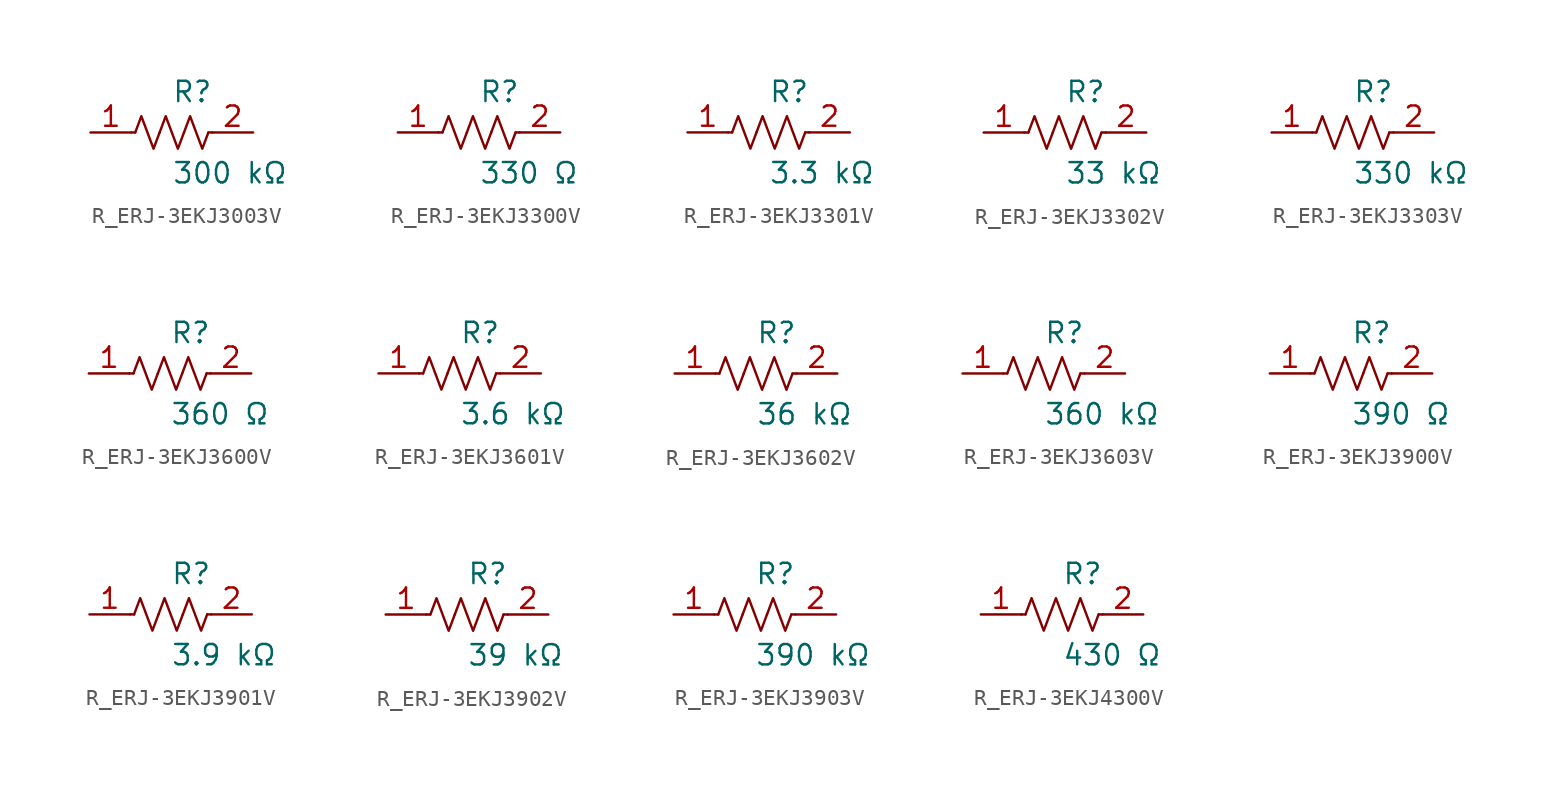
<source format=kicad_sym>
(kicad_symbol_lib
  (version 20231120)
  (generator "kicad_symbol_editor")
  (generator_version "8.0")
  (symbol "R_ERJ-3EKJ3003V"
    (pin_names
      (offset 0.254))
    (property "Reference" "R"
      (at 0 2.54 0)
      (effects (font (size 1.27 1.27)) (justify left)))
    (property "Value" "300 kΩ"
      (at 0 -2.54 0)
      (effects (font (size 1.27 1.27)) (justify left)))
    (symbol "R_ERJ-3EKJ3003V_0_1"
      (polyline (pts (xy 2.286 0) (xy 2.54 0)) (stroke (width 0) (type default)) (fill (type none)))
      (polyline (pts (xy -2.286 0) (xy -2.54 0)) (stroke (width 0) (type default)) (fill (type none)))
      (polyline (pts (xy 0.762 0) (xy 1.143 1.016) (xy 1.524 0) (xy 1.905 -1.016) (xy 2.286 0)) (stroke (width 0) (type default)) (fill (type none)))
      (polyline (pts (xy -0.762 0) (xy -0.381 1.016) (xy 0 0) (xy 0.381 -1.016) (xy 0.762 0)) (stroke (width 0) (type default)) (fill (type none)))
      (polyline (pts (xy -2.286 0) (xy -1.905 1.016) (xy -1.524 0) (xy -1.143 -1.016) (xy -0.762 0)) (stroke (width 0) (type default)) (fill (type none))))
    (pin unspecified line
      (at -5.08 0 0)
      (length 2.54)
      (name "" (effects (font (size 1.27 1.27))))
      (number "1" (effects (font (size 1.27 1.27)))))
    (pin unspecified line
      (at 5.08 0 180)
      (length 2.54)
      (name "" (effects (font (size 1.27 1.27))))
      (number "2" (effects (font (size 1.27 1.27))))))
  (symbol "R_ERJ-3EKJ3300V"
    (pin_names
      (offset 0.254))
    (property "Reference" "R"
      (at 0 2.54 0)
      (effects (font (size 1.27 1.27)) (justify left)))
    (property "Value" "330 Ω"
      (at 0 -2.54 0)
      (effects (font (size 1.27 1.27)) (justify left)))
    (symbol "R_ERJ-3EKJ3300V_0_1"
      (polyline (pts (xy 2.286 0) (xy 2.54 0)) (stroke (width 0) (type default)) (fill (type none)))
      (polyline (pts (xy -2.286 0) (xy -2.54 0)) (stroke (width 0) (type default)) (fill (type none)))
      (polyline (pts (xy 0.762 0) (xy 1.143 1.016) (xy 1.524 0) (xy 1.905 -1.016) (xy 2.286 0)) (stroke (width 0) (type default)) (fill (type none)))
      (polyline (pts (xy -0.762 0) (xy -0.381 1.016) (xy 0 0) (xy 0.381 -1.016) (xy 0.762 0)) (stroke (width 0) (type default)) (fill (type none)))
      (polyline (pts (xy -2.286 0) (xy -1.905 1.016) (xy -1.524 0) (xy -1.143 -1.016) (xy -0.762 0)) (stroke (width 0) (type default)) (fill (type none))))
    (pin unspecified line
      (at -5.08 0 0)
      (length 2.54)
      (name "" (effects (font (size 1.27 1.27))))
      (number "1" (effects (font (size 1.27 1.27)))))
    (pin unspecified line
      (at 5.08 0 180)
      (length 2.54)
      (name "" (effects (font (size 1.27 1.27))))
      (number "2" (effects (font (size 1.27 1.27))))))
  (symbol "R_ERJ-3EKJ3301V"
    (pin_names
      (offset 0.254))
    (property "Reference" "R"
      (at 0 2.54 0)
      (effects (font (size 1.27 1.27)) (justify left)))
    (property "Value" "3.3 kΩ"
      (at 0 -2.54 0)
      (effects (font (size 1.27 1.27)) (justify left)))
    (symbol "R_ERJ-3EKJ3301V_0_1"
      (polyline (pts (xy 2.286 0) (xy 2.54 0)) (stroke (width 0) (type default)) (fill (type none)))
      (polyline (pts (xy -2.286 0) (xy -2.54 0)) (stroke (width 0) (type default)) (fill (type none)))
      (polyline (pts (xy 0.762 0) (xy 1.143 1.016) (xy 1.524 0) (xy 1.905 -1.016) (xy 2.286 0)) (stroke (width 0) (type default)) (fill (type none)))
      (polyline (pts (xy -0.762 0) (xy -0.381 1.016) (xy 0 0) (xy 0.381 -1.016) (xy 0.762 0)) (stroke (width 0) (type default)) (fill (type none)))
      (polyline (pts (xy -2.286 0) (xy -1.905 1.016) (xy -1.524 0) (xy -1.143 -1.016) (xy -0.762 0)) (stroke (width 0) (type default)) (fill (type none))))
    (pin unspecified line
      (at -5.08 0 0)
      (length 2.54)
      (name "" (effects (font (size 1.27 1.27))))
      (number "1" (effects (font (size 1.27 1.27)))))
    (pin unspecified line
      (at 5.08 0 180)
      (length 2.54)
      (name "" (effects (font (size 1.27 1.27))))
      (number "2" (effects (font (size 1.27 1.27))))))
  (symbol "R_ERJ-3EKJ3302V"
    (pin_names
      (offset 0.254))
    (property "Reference" "R"
      (at 0 2.54 0)
      (effects (font (size 1.27 1.27)) (justify left)))
    (property "Value" "33 kΩ"
      (at 0 -2.54 0)
      (effects (font (size 1.27 1.27)) (justify left)))
    (symbol "R_ERJ-3EKJ3302V_0_1"
      (polyline (pts (xy 2.286 0) (xy 2.54 0)) (stroke (width 0) (type default)) (fill (type none)))
      (polyline (pts (xy -2.286 0) (xy -2.54 0)) (stroke (width 0) (type default)) (fill (type none)))
      (polyline (pts (xy 0.762 0) (xy 1.143 1.016) (xy 1.524 0) (xy 1.905 -1.016) (xy 2.286 0)) (stroke (width 0) (type default)) (fill (type none)))
      (polyline (pts (xy -0.762 0) (xy -0.381 1.016) (xy 0 0) (xy 0.381 -1.016) (xy 0.762 0)) (stroke (width 0) (type default)) (fill (type none)))
      (polyline (pts (xy -2.286 0) (xy -1.905 1.016) (xy -1.524 0) (xy -1.143 -1.016) (xy -0.762 0)) (stroke (width 0) (type default)) (fill (type none))))
    (pin unspecified line
      (at -5.08 0 0)
      (length 2.54)
      (name "" (effects (font (size 1.27 1.27))))
      (number "1" (effects (font (size 1.27 1.27)))))
    (pin unspecified line
      (at 5.08 0 180)
      (length 2.54)
      (name "" (effects (font (size 1.27 1.27))))
      (number "2" (effects (font (size 1.27 1.27))))))
  (symbol "R_ERJ-3EKJ3303V"
    (pin_names
      (offset 0.254))
    (property "Reference" "R"
      (at 0 2.54 0)
      (effects (font (size 1.27 1.27)) (justify left)))
    (property "Value" "330 kΩ"
      (at 0 -2.54 0)
      (effects (font (size 1.27 1.27)) (justify left)))
    (symbol "R_ERJ-3EKJ3303V_0_1"
      (polyline (pts (xy 2.286 0) (xy 2.54 0)) (stroke (width 0) (type default)) (fill (type none)))
      (polyline (pts (xy -2.286 0) (xy -2.54 0)) (stroke (width 0) (type default)) (fill (type none)))
      (polyline (pts (xy 0.762 0) (xy 1.143 1.016) (xy 1.524 0) (xy 1.905 -1.016) (xy 2.286 0)) (stroke (width 0) (type default)) (fill (type none)))
      (polyline (pts (xy -0.762 0) (xy -0.381 1.016) (xy 0 0) (xy 0.381 -1.016) (xy 0.762 0)) (stroke (width 0) (type default)) (fill (type none)))
      (polyline (pts (xy -2.286 0) (xy -1.905 1.016) (xy -1.524 0) (xy -1.143 -1.016) (xy -0.762 0)) (stroke (width 0) (type default)) (fill (type none))))
    (pin unspecified line
      (at -5.08 0 0)
      (length 2.54)
      (name "" (effects (font (size 1.27 1.27))))
      (number "1" (effects (font (size 1.27 1.27)))))
    (pin unspecified line
      (at 5.08 0 180)
      (length 2.54)
      (name "" (effects (font (size 1.27 1.27))))
      (number "2" (effects (font (size 1.27 1.27))))))
  (symbol "R_ERJ-3EKJ3600V"
    (pin_names
      (offset 0.254))
    (property "Reference" "R"
      (at 0 2.54 0)
      (effects (font (size 1.27 1.27)) (justify left)))
    (property "Value" "360 Ω"
      (at 0 -2.54 0)
      (effects (font (size 1.27 1.27)) (justify left)))
    (symbol "R_ERJ-3EKJ3600V_0_1"
      (polyline (pts (xy 2.286 0) (xy 2.54 0)) (stroke (width 0) (type default)) (fill (type none)))
      (polyline (pts (xy -2.286 0) (xy -2.54 0)) (stroke (width 0) (type default)) (fill (type none)))
      (polyline (pts (xy 0.762 0) (xy 1.143 1.016) (xy 1.524 0) (xy 1.905 -1.016) (xy 2.286 0)) (stroke (width 0) (type default)) (fill (type none)))
      (polyline (pts (xy -0.762 0) (xy -0.381 1.016) (xy 0 0) (xy 0.381 -1.016) (xy 0.762 0)) (stroke (width 0) (type default)) (fill (type none)))
      (polyline (pts (xy -2.286 0) (xy -1.905 1.016) (xy -1.524 0) (xy -1.143 -1.016) (xy -0.762 0)) (stroke (width 0) (type default)) (fill (type none))))
    (pin unspecified line
      (at -5.08 0 0)
      (length 2.54)
      (name "" (effects (font (size 1.27 1.27))))
      (number "1" (effects (font (size 1.27 1.27)))))
    (pin unspecified line
      (at 5.08 0 180)
      (length 2.54)
      (name "" (effects (font (size 1.27 1.27))))
      (number "2" (effects (font (size 1.27 1.27))))))
  (symbol "R_ERJ-3EKJ3601V"
    (pin_names
      (offset 0.254))
    (property "Reference" "R"
      (at 0 2.54 0)
      (effects (font (size 1.27 1.27)) (justify left)))
    (property "Value" "3.6 kΩ"
      (at 0 -2.54 0)
      (effects (font (size 1.27 1.27)) (justify left)))
    (symbol "R_ERJ-3EKJ3601V_0_1"
      (polyline (pts (xy 2.286 0) (xy 2.54 0)) (stroke (width 0) (type default)) (fill (type none)))
      (polyline (pts (xy -2.286 0) (xy -2.54 0)) (stroke (width 0) (type default)) (fill (type none)))
      (polyline (pts (xy 0.762 0) (xy 1.143 1.016) (xy 1.524 0) (xy 1.905 -1.016) (xy 2.286 0)) (stroke (width 0) (type default)) (fill (type none)))
      (polyline (pts (xy -0.762 0) (xy -0.381 1.016) (xy 0 0) (xy 0.381 -1.016) (xy 0.762 0)) (stroke (width 0) (type default)) (fill (type none)))
      (polyline (pts (xy -2.286 0) (xy -1.905 1.016) (xy -1.524 0) (xy -1.143 -1.016) (xy -0.762 0)) (stroke (width 0) (type default)) (fill (type none))))
    (pin unspecified line
      (at -5.08 0 0)
      (length 2.54)
      (name "" (effects (font (size 1.27 1.27))))
      (number "1" (effects (font (size 1.27 1.27)))))
    (pin unspecified line
      (at 5.08 0 180)
      (length 2.54)
      (name "" (effects (font (size 1.27 1.27))))
      (number "2" (effects (font (size 1.27 1.27))))))
  (symbol "R_ERJ-3EKJ3602V"
    (pin_names
      (offset 0.254))
    (property "Reference" "R"
      (at 0 2.54 0)
      (effects (font (size 1.27 1.27)) (justify left)))
    (property "Value" "36 kΩ"
      (at 0 -2.54 0)
      (effects (font (size 1.27 1.27)) (justify left)))
    (symbol "R_ERJ-3EKJ3602V_0_1"
      (polyline (pts (xy 2.286 0) (xy 2.54 0)) (stroke (width 0) (type default)) (fill (type none)))
      (polyline (pts (xy -2.286 0) (xy -2.54 0)) (stroke (width 0) (type default)) (fill (type none)))
      (polyline (pts (xy 0.762 0) (xy 1.143 1.016) (xy 1.524 0) (xy 1.905 -1.016) (xy 2.286 0)) (stroke (width 0) (type default)) (fill (type none)))
      (polyline (pts (xy -0.762 0) (xy -0.381 1.016) (xy 0 0) (xy 0.381 -1.016) (xy 0.762 0)) (stroke (width 0) (type default)) (fill (type none)))
      (polyline (pts (xy -2.286 0) (xy -1.905 1.016) (xy -1.524 0) (xy -1.143 -1.016) (xy -0.762 0)) (stroke (width 0) (type default)) (fill (type none))))
    (pin unspecified line
      (at -5.08 0 0)
      (length 2.54)
      (name "" (effects (font (size 1.27 1.27))))
      (number "1" (effects (font (size 1.27 1.27)))))
    (pin unspecified line
      (at 5.08 0 180)
      (length 2.54)
      (name "" (effects (font (size 1.27 1.27))))
      (number "2" (effects (font (size 1.27 1.27))))))
  (symbol "R_ERJ-3EKJ3603V"
    (pin_names
      (offset 0.254))
    (property "Reference" "R"
      (at 0 2.54 0)
      (effects (font (size 1.27 1.27)) (justify left)))
    (property "Value" "360 kΩ"
      (at 0 -2.54 0)
      (effects (font (size 1.27 1.27)) (justify left)))
    (symbol "R_ERJ-3EKJ3603V_0_1"
      (polyline (pts (xy 2.286 0) (xy 2.54 0)) (stroke (width 0) (type default)) (fill (type none)))
      (polyline (pts (xy -2.286 0) (xy -2.54 0)) (stroke (width 0) (type default)) (fill (type none)))
      (polyline (pts (xy 0.762 0) (xy 1.143 1.016) (xy 1.524 0) (xy 1.905 -1.016) (xy 2.286 0)) (stroke (width 0) (type default)) (fill (type none)))
      (polyline (pts (xy -0.762 0) (xy -0.381 1.016) (xy 0 0) (xy 0.381 -1.016) (xy 0.762 0)) (stroke (width 0) (type default)) (fill (type none)))
      (polyline (pts (xy -2.286 0) (xy -1.905 1.016) (xy -1.524 0) (xy -1.143 -1.016) (xy -0.762 0)) (stroke (width 0) (type default)) (fill (type none))))
    (pin unspecified line
      (at -5.08 0 0)
      (length 2.54)
      (name "" (effects (font (size 1.27 1.27))))
      (number "1" (effects (font (size 1.27 1.27)))))
    (pin unspecified line
      (at 5.08 0 180)
      (length 2.54)
      (name "" (effects (font (size 1.27 1.27))))
      (number "2" (effects (font (size 1.27 1.27))))))
  (symbol "R_ERJ-3EKJ3900V"
    (pin_names
      (offset 0.254))
    (property "Reference" "R"
      (at 0 2.54 0)
      (effects (font (size 1.27 1.27)) (justify left)))
    (property "Value" "390 Ω"
      (at 0 -2.54 0)
      (effects (font (size 1.27 1.27)) (justify left)))
    (symbol "R_ERJ-3EKJ3900V_0_1"
      (polyline (pts (xy 2.286 0) (xy 2.54 0)) (stroke (width 0) (type default)) (fill (type none)))
      (polyline (pts (xy -2.286 0) (xy -2.54 0)) (stroke (width 0) (type default)) (fill (type none)))
      (polyline (pts (xy 0.762 0) (xy 1.143 1.016) (xy 1.524 0) (xy 1.905 -1.016) (xy 2.286 0)) (stroke (width 0) (type default)) (fill (type none)))
      (polyline (pts (xy -0.762 0) (xy -0.381 1.016) (xy 0 0) (xy 0.381 -1.016) (xy 0.762 0)) (stroke (width 0) (type default)) (fill (type none)))
      (polyline (pts (xy -2.286 0) (xy -1.905 1.016) (xy -1.524 0) (xy -1.143 -1.016) (xy -0.762 0)) (stroke (width 0) (type default)) (fill (type none))))
    (pin unspecified line
      (at -5.08 0 0)
      (length 2.54)
      (name "" (effects (font (size 1.27 1.27))))
      (number "1" (effects (font (size 1.27 1.27)))))
    (pin unspecified line
      (at 5.08 0 180)
      (length 2.54)
      (name "" (effects (font (size 1.27 1.27))))
      (number "2" (effects (font (size 1.27 1.27))))))
  (symbol "R_ERJ-3EKJ3901V"
    (pin_names
      (offset 0.254))
    (property "Reference" "R"
      (at 0 2.54 0)
      (effects (font (size 1.27 1.27)) (justify left)))
    (property "Value" "3.9 kΩ"
      (at 0 -2.54 0)
      (effects (font (size 1.27 1.27)) (justify left)))
    (symbol "R_ERJ-3EKJ3901V_0_1"
      (polyline (pts (xy 2.286 0) (xy 2.54 0)) (stroke (width 0) (type default)) (fill (type none)))
      (polyline (pts (xy -2.286 0) (xy -2.54 0)) (stroke (width 0) (type default)) (fill (type none)))
      (polyline (pts (xy 0.762 0) (xy 1.143 1.016) (xy 1.524 0) (xy 1.905 -1.016) (xy 2.286 0)) (stroke (width 0) (type default)) (fill (type none)))
      (polyline (pts (xy -0.762 0) (xy -0.381 1.016) (xy 0 0) (xy 0.381 -1.016) (xy 0.762 0)) (stroke (width 0) (type default)) (fill (type none)))
      (polyline (pts (xy -2.286 0) (xy -1.905 1.016) (xy -1.524 0) (xy -1.143 -1.016) (xy -0.762 0)) (stroke (width 0) (type default)) (fill (type none))))
    (pin unspecified line
      (at -5.08 0 0)
      (length 2.54)
      (name "" (effects (font (size 1.27 1.27))))
      (number "1" (effects (font (size 1.27 1.27)))))
    (pin unspecified line
      (at 5.08 0 180)
      (length 2.54)
      (name "" (effects (font (size 1.27 1.27))))
      (number "2" (effects (font (size 1.27 1.27))))))
  (symbol "R_ERJ-3EKJ3902V"
    (pin_names
      (offset 0.254))
    (property "Reference" "R"
      (at 0 2.54 0)
      (effects (font (size 1.27 1.27)) (justify left)))
    (property "Value" "39 kΩ"
      (at 0 -2.54 0)
      (effects (font (size 1.27 1.27)) (justify left)))
    (symbol "R_ERJ-3EKJ3902V_0_1"
      (polyline (pts (xy 2.286 0) (xy 2.54 0)) (stroke (width 0) (type default)) (fill (type none)))
      (polyline (pts (xy -2.286 0) (xy -2.54 0)) (stroke (width 0) (type default)) (fill (type none)))
      (polyline (pts (xy 0.762 0) (xy 1.143 1.016) (xy 1.524 0) (xy 1.905 -1.016) (xy 2.286 0)) (stroke (width 0) (type default)) (fill (type none)))
      (polyline (pts (xy -0.762 0) (xy -0.381 1.016) (xy 0 0) (xy 0.381 -1.016) (xy 0.762 0)) (stroke (width 0) (type default)) (fill (type none)))
      (polyline (pts (xy -2.286 0) (xy -1.905 1.016) (xy -1.524 0) (xy -1.143 -1.016) (xy -0.762 0)) (stroke (width 0) (type default)) (fill (type none))))
    (pin unspecified line
      (at -5.08 0 0)
      (length 2.54)
      (name "" (effects (font (size 1.27 1.27))))
      (number "1" (effects (font (size 1.27 1.27)))))
    (pin unspecified line
      (at 5.08 0 180)
      (length 2.54)
      (name "" (effects (font (size 1.27 1.27))))
      (number "2" (effects (font (size 1.27 1.27))))))
  (symbol "R_ERJ-3EKJ3903V"
    (pin_names
      (offset 0.254))
    (property "Reference" "R"
      (at 0 2.54 0)
      (effects (font (size 1.27 1.27)) (justify left)))
    (property "Value" "390 kΩ"
      (at 0 -2.54 0)
      (effects (font (size 1.27 1.27)) (justify left)))
    (symbol "R_ERJ-3EKJ3903V_0_1"
      (polyline (pts (xy 2.286 0) (xy 2.54 0)) (stroke (width 0) (type default)) (fill (type none)))
      (polyline (pts (xy -2.286 0) (xy -2.54 0)) (stroke (width 0) (type default)) (fill (type none)))
      (polyline (pts (xy 0.762 0) (xy 1.143 1.016) (xy 1.524 0) (xy 1.905 -1.016) (xy 2.286 0)) (stroke (width 0) (type default)) (fill (type none)))
      (polyline (pts (xy -0.762 0) (xy -0.381 1.016) (xy 0 0) (xy 0.381 -1.016) (xy 0.762 0)) (stroke (width 0) (type default)) (fill (type none)))
      (polyline (pts (xy -2.286 0) (xy -1.905 1.016) (xy -1.524 0) (xy -1.143 -1.016) (xy -0.762 0)) (stroke (width 0) (type default)) (fill (type none))))
    (pin unspecified line
      (at -5.08 0 0)
      (length 2.54)
      (name "" (effects (font (size 1.27 1.27))))
      (number "1" (effects (font (size 1.27 1.27)))))
    (pin unspecified line
      (at 5.08 0 180)
      (length 2.54)
      (name "" (effects (font (size 1.27 1.27))))
      (number "2" (effects (font (size 1.27 1.27))))))
  (symbol "R_ERJ-3EKJ4300V"
    (pin_names
      (offset 0.254))
    (property "Reference" "R"
      (at 0 2.54 0)
      (effects (font (size 1.27 1.27)) (justify left)))
    (property "Value" "430 Ω"
      (at 0 -2.54 0)
      (effects (font (size 1.27 1.27)) (justify left)))
    (symbol "R_ERJ-3EKJ4300V_0_1"
      (polyline (pts (xy 2.286 0) (xy 2.54 0)) (stroke (width 0) (type default)) (fill (type none)))
      (polyline (pts (xy -2.286 0) (xy -2.54 0)) (stroke (width 0) (type default)) (fill (type none)))
      (polyline (pts (xy 0.762 0) (xy 1.143 1.016) (xy 1.524 0) (xy 1.905 -1.016) (xy 2.286 0)) (stroke (width 0) (type default)) (fill (type none)))
      (polyline (pts (xy -0.762 0) (xy -0.381 1.016) (xy 0 0) (xy 0.381 -1.016) (xy 0.762 0)) (stroke (width 0) (type default)) (fill (type none)))
      (polyline (pts (xy -2.286 0) (xy -1.905 1.016) (xy -1.524 0) (xy -1.143 -1.016) (xy -0.762 0)) (stroke (width 0) (type default)) (fill (type none))))
    (pin unspecified line
      (at -5.08 0 0)
      (length 2.54)
      (name "" (effects (font (size 1.27 1.27))))
      (number "1" (effects (font (size 1.27 1.27)))))
    (pin unspecified line
      (at 5.08 0 180)
      (length 2.54)
      (name "" (effects (font (size 1.27 1.27))))
      (number "2" (effects (font (size 1.27 1.27)))))))
</source>
